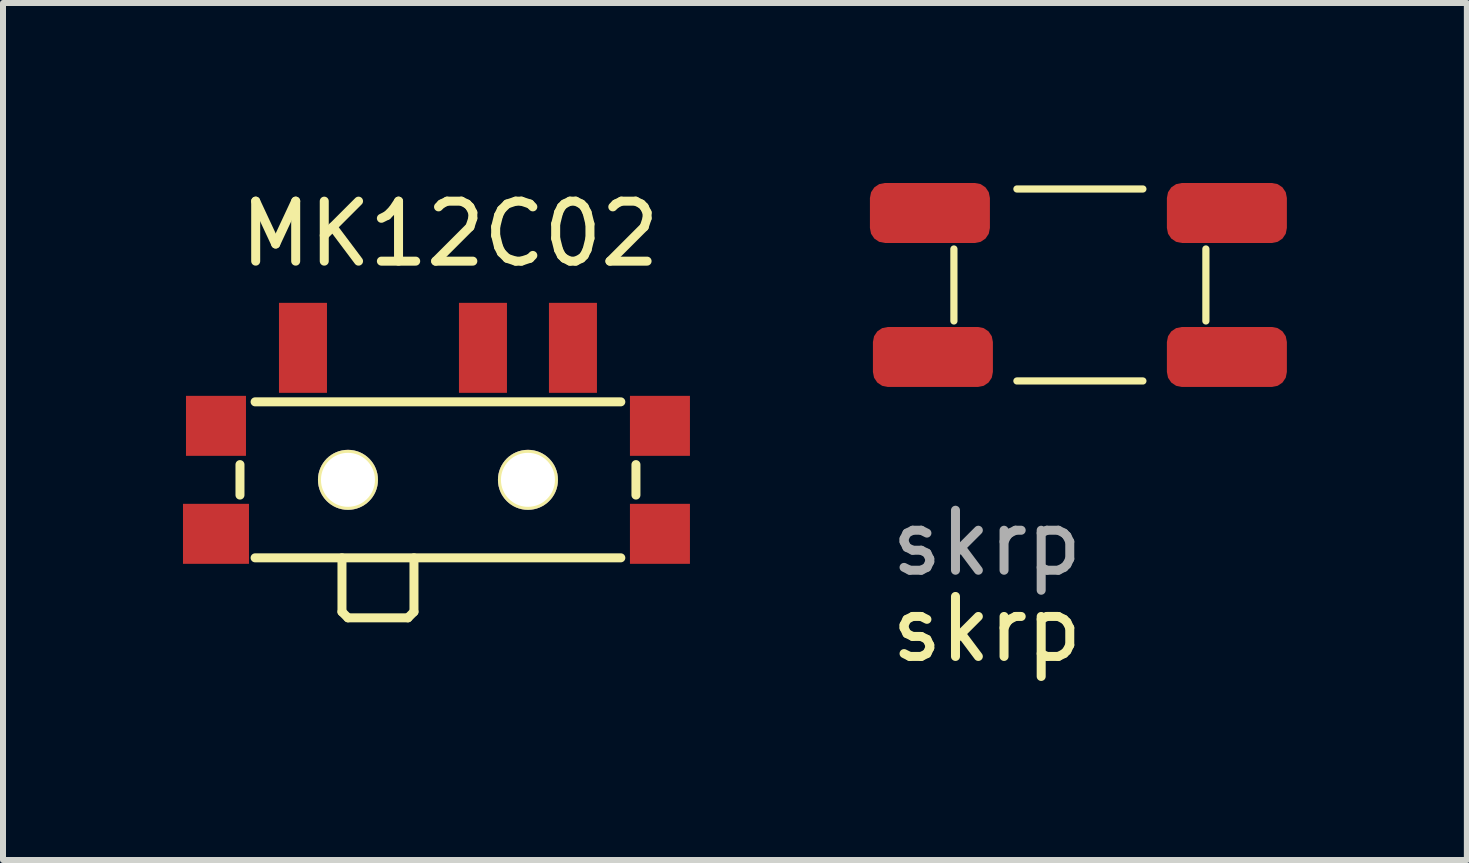
<source format=kicad_pcb>
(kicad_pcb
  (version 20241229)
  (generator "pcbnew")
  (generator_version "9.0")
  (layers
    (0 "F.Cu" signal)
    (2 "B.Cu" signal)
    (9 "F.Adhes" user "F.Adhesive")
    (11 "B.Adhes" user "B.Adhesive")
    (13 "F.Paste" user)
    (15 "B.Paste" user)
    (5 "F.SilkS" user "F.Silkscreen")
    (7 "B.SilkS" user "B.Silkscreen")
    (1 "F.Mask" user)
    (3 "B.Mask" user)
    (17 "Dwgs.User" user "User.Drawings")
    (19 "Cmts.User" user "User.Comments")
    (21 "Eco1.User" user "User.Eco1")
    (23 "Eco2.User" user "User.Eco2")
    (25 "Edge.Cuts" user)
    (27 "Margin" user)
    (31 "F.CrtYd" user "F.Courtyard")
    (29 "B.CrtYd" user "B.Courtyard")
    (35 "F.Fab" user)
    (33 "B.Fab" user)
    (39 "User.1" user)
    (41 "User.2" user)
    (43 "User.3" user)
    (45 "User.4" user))
  (footprint "MK12C02"
    (layer "F.Cu")
    (at 4.25 4.948)
    (property "Reference" "MK12C02" (at 0.2 -4.1 0) (layer "F.SilkS") (effects (font (size 1 1) (thickness 0.15))))
    (attr through_hole)
    (fp_line (start -3.3 0.254) (end -3.3 -0.254) (stroke (width 0.15) (type solid)) (layer "F.SilkS"))
    (fp_line (start -3.048 -1.3) (end 3.048 -1.3) (stroke (width 0.15) (type solid)) (layer "F.SilkS"))
    (fp_line (start -1.6 1.3) (end -1.6 2.2) (stroke (width 0.15) (type solid)) (layer "F.SilkS"))
    (fp_line (start -1.6 2.2) (end -1.5 2.3) (stroke (width 0.15) (type solid)) (layer "F.SilkS"))
    (fp_line (start -1.5 2.3) (end -0.5 2.3) (stroke (width 0.15) (type solid)) (layer "F.SilkS"))
    (fp_line (start -0.5 2.3) (end -0.4 2.2) (stroke (width 0.15) (type solid)) (layer "F.SilkS"))
    (fp_line (start -0.4 2.2) (end -0.4 1.3) (stroke (width 0.15) (type solid)) (layer "F.SilkS"))
    (fp_line (start 3.048 1.3) (end -3.048 1.3) (stroke (width 0.15) (type solid)) (layer "F.SilkS"))
    (fp_line (start 3.3 -0.254) (end 3.3 0.254) (stroke (width 0.15) (type solid)) (layer "F.SilkS"))
    (pad "" smd rect (at -3.7 -0.9) (size 1 1) (layers "F.Cu" "F.Mask" "F.Paste"))
    (pad "" smd rect (at -3.7 0.9) (size 1.1 1) (layers "F.Cu" "F.Mask" "F.Paste"))
    (pad "" thru_hole circle (at -1.5 0) (size 1 1) (drill 0.9) (layers "*.Cu" "*.Mask" "F.SilkS"))
    (pad "" thru_hole circle (at 1.5 0) (size 1 1) (drill 0.9) (layers "*.Cu" "*.Mask" "F.SilkS"))
    (pad "" smd rect (at 3.7 -0.9) (size 1 1) (layers "F.Cu" "F.Mask" "F.Paste"))
    (pad "" smd rect (at 3.7 0.9) (size 1 1) (layers "F.Cu" "F.Mask" "F.Paste"))
    (pad "1" smd rect (at -2.25 -2.2) (size 0.8 1.5) (layers "F.Cu" "F.Mask" "F.Paste"))
    (pad "2" smd rect (at 0.75 -2.2) (size 0.8 1.5) (layers "F.Cu" "F.Mask" "F.Paste"))
    (pad "3" smd rect (at 2.25 -2.2) (size 0.8 1.5) (layers "F.Cu" "F.Mask" "F.Paste")))
  (footprint "skrp"
    (layer "F.Cu")
    (at 13.4 3.5)
    (property "Reference" "skrp" (at 0 3.937 0) (unlocked yes) (layer "F.SilkS") (effects (font (size 1 1) (thickness 0.15))))
    (attr smd)
    (fp_line (start -0.55 -1.2) (end -0.55 -2.4) (stroke (width 0.12) (type solid)) (layer "F.SilkS"))
    (fp_line (start 0.5 -3.4) (end 2.6 -3.4) (stroke (width 0.12) (type solid)) (layer "F.SilkS"))
    (fp_line (start 2.6 -0.2) (end 0.5 -0.2) (stroke (width 0.12) (type solid)) (layer "F.SilkS"))
    (fp_line (start 3.65 -2.4) (end 3.65 -1.2) (stroke (width 0.12) (type solid)) (layer "F.SilkS"))
    (fp_text user "${REFERENCE}" (at 0 2.5 0) (unlocked yes) (layer "F.Fab") (effects (font (size 1 1) (thickness 0.15))))
    (pad "1" smd roundrect (at -0.95 -3 90) (size 1 2) (layers "F.Cu" "F.Mask" "F.Paste") (roundrect_rratio 0.25))
    (pad "2" smd roundrect (at 4 -3 90) (size 1 2) (layers "F.Cu" "F.Mask" "F.Paste") (roundrect_rratio 0.25))
    (pad "3" smd roundrect (at -0.9 -0.6 90) (size 1 2) (layers "F.Cu" "F.Mask" "F.Paste") (roundrect_rratio 0.25))
    (pad "4" smd roundrect (at 4 -0.6 90) (size 1 2) (layers "F.Cu" "F.Mask" "F.Paste") (roundrect_rratio 0.25)))
  (gr_rect
    (start -3 -3)
    (end 21.4 11.285)
    (stroke (width 0.1) (type default))
    (fill no)
    (layer "Edge.Cuts")))
</source>
